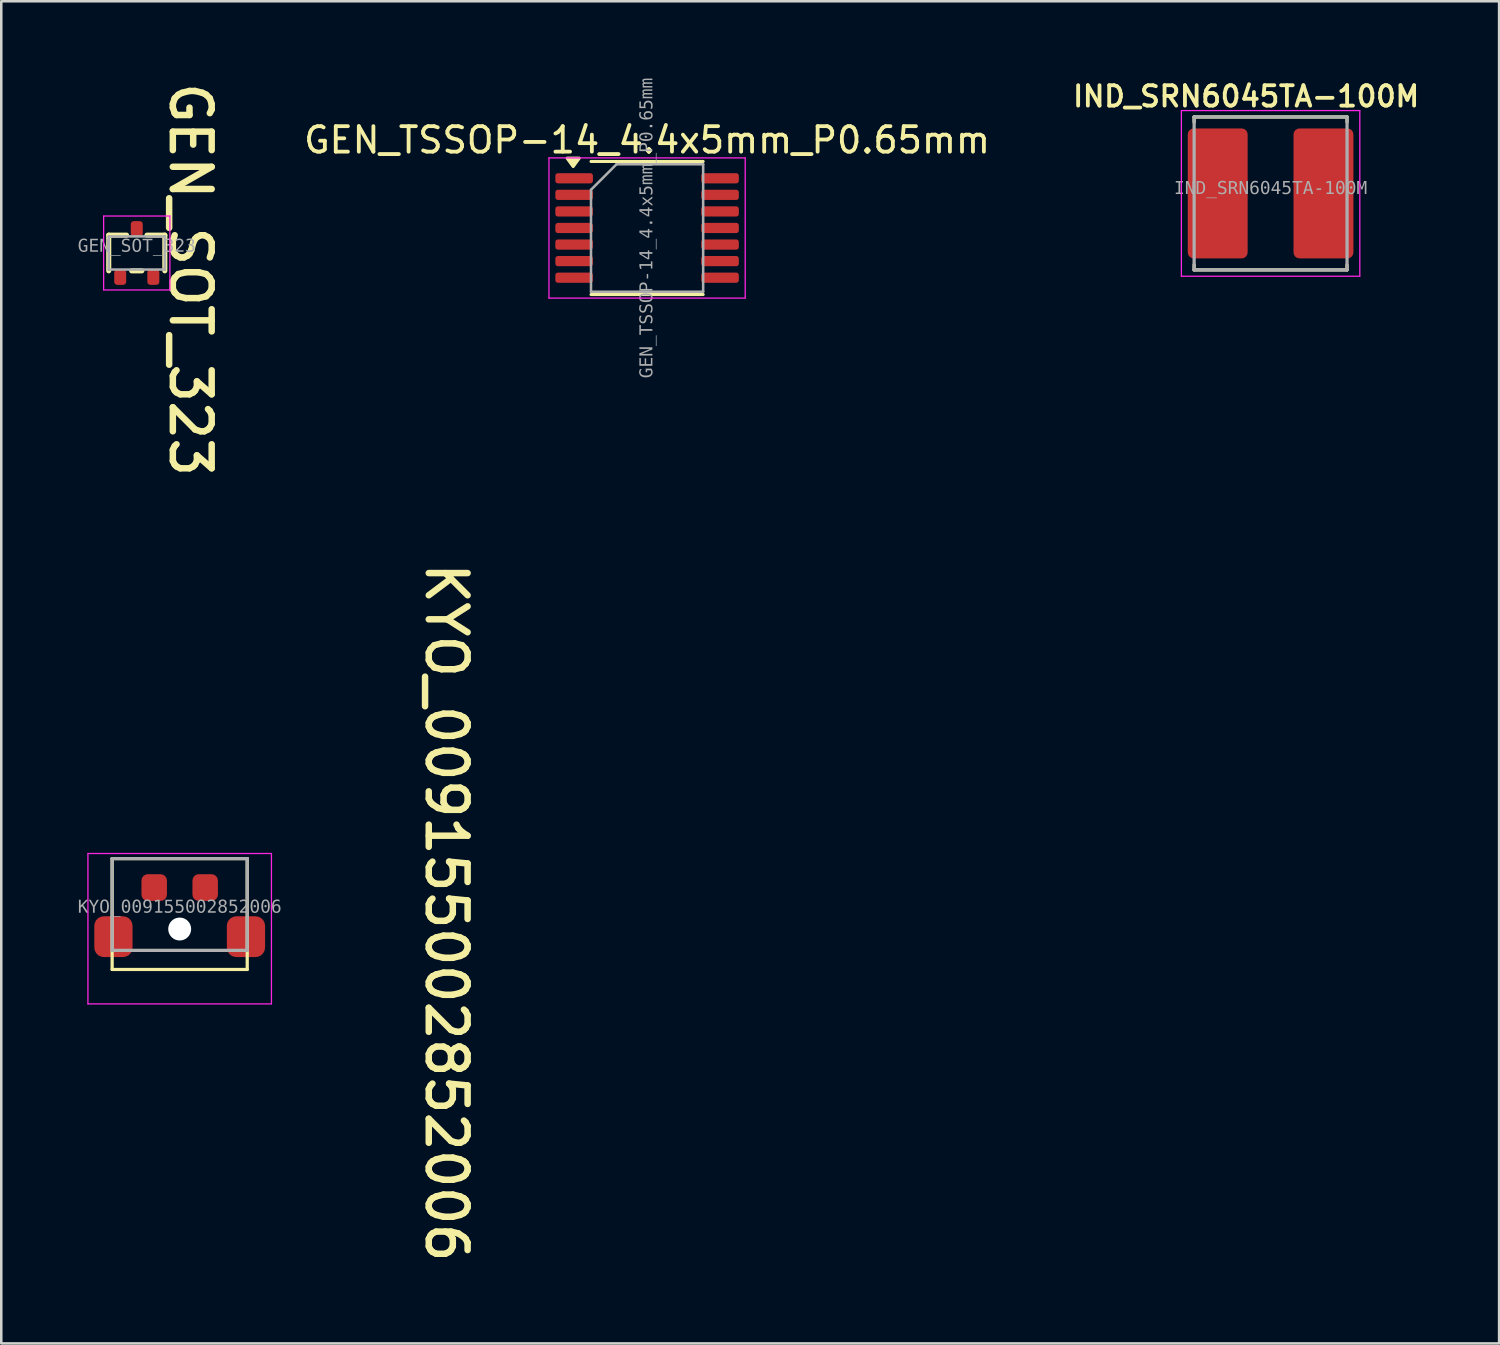
<source format=kicad_pcb>
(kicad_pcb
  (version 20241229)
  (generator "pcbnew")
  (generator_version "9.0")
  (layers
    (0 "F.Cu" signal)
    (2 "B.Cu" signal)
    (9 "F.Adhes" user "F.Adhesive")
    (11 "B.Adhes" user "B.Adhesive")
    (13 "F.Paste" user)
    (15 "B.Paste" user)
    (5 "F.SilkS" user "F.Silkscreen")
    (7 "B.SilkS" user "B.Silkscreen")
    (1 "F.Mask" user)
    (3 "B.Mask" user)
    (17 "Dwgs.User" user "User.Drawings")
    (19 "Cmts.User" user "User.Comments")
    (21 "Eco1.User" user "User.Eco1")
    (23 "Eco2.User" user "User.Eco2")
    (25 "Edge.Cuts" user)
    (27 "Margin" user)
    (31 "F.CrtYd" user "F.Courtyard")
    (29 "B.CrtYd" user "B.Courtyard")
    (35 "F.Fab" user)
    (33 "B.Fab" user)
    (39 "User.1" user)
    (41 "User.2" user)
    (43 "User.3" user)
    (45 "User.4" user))
  (footprint "GEN_TSSOP-14_4.4x5mm_P0.65mm"
    (layer "F.Cu")
    (at 22.338 5.895)
    (property "Reference" "GEN_TSSOP-14_4.4x5mm_P0.65mm" (at 0 -3.45 0) (layer "F.SilkS") (effects (font (size 1 1) (thickness 0.15))))
    (attr smd)
    (fp_line (start 0 -2.61) (end -2.2 -2.61) (stroke (width 0.12) (type solid)) (layer "F.SilkS"))
    (fp_line (start 0 -2.61) (end 2.2 -2.61) (stroke (width 0.12) (type solid)) (layer "F.SilkS"))
    (fp_line (start 0 2.61) (end -2.2 2.61) (stroke (width 0.12) (type solid)) (layer "F.SilkS"))
    (fp_line (start 0 2.61) (end 2.2 2.61) (stroke (width 0.12) (type solid)) (layer "F.SilkS"))
    (fp_poly (pts (xy -2.9 -2.41) (xy -3.14 -2.74) (xy -2.66 -2.74) (xy -2.9 -2.41)) (stroke (width 0.12) (type solid)) (fill yes) (layer "F.SilkS"))
    (fp_line (start -3.85 -2.75) (end -3.85 2.75) (stroke (width 0.05) (type solid)) (layer "F.CrtYd"))
    (fp_line (start -3.85 2.75) (end 3.85 2.75) (stroke (width 0.05) (type solid)) (layer "F.CrtYd"))
    (fp_line (start 3.85 -2.75) (end -3.85 -2.75) (stroke (width 0.05) (type solid)) (layer "F.CrtYd"))
    (fp_line (start 3.85 2.75) (end 3.85 -2.75) (stroke (width 0.05) (type solid)) (layer "F.CrtYd"))
    (fp_line (start -2.2 -1.5) (end -1.2 -2.5) (stroke (width 0.1) (type solid)) (layer "F.Fab"))
    (fp_line (start -2.2 2.5) (end -2.2 -1.5) (stroke (width 0.1) (type solid)) (layer "F.Fab"))
    (fp_line (start -1.2 -2.5) (end 2.2 -2.5) (stroke (width 0.1) (type solid)) (layer "F.Fab"))
    (fp_line (start 2.2 -2.5) (end 2.2 2.5) (stroke (width 0.1) (type solid)) (layer "F.Fab"))
    (fp_line (start 2.2 2.5) (end -2.2 2.5) (stroke (width 0.1) (type solid)) (layer "F.Fab"))
    (fp_line (start 0 0.5) (end 0 -0.5) (stroke (width 0.1) (type solid)) (layer "User.1"))
    (fp_line (start 0.5 0) (end -0.5 0) (stroke (width 0.1) (type solid)) (layer "User.1"))
    (fp_text user "${REFERENCE}" (at 0 0 90) (unlocked yes) (layer "F.Fab") (effects (font (face "Consolas") (size 0.5 0.5) (thickness 0.254))))
    (pad "1" smd roundrect (at -2.862 -1.95) (size 1.475 0.4) (layers "F.Cu" "F.Mask" "F.Paste") (roundrect_rratio 0.25))
    (pad "2" smd roundrect (at -2.862 -1.3) (size 1.475 0.4) (layers "F.Cu" "F.Mask" "F.Paste") (roundrect_rratio 0.25))
    (pad "3" smd roundrect (at -2.862 -0.65) (size 1.475 0.4) (layers "F.Cu" "F.Mask" "F.Paste") (roundrect_rratio 0.25))
    (pad "4" smd roundrect (at -2.862 0) (size 1.475 0.4) (layers "F.Cu" "F.Mask" "F.Paste") (roundrect_rratio 0.25))
    (pad "5" smd roundrect (at -2.862 0.65) (size 1.475 0.4) (layers "F.Cu" "F.Mask" "F.Paste") (roundrect_rratio 0.25))
    (pad "6" smd roundrect (at -2.862 1.3) (size 1.475 0.4) (layers "F.Cu" "F.Mask" "F.Paste") (roundrect_rratio 0.25))
    (pad "7" smd roundrect (at -2.862 1.95) (size 1.475 0.4) (layers "F.Cu" "F.Mask" "F.Paste") (roundrect_rratio 0.25))
    (pad "8" smd roundrect (at 2.862 1.95) (size 1.475 0.4) (layers "F.Cu" "F.Mask" "F.Paste") (roundrect_rratio 0.25))
    (pad "9" smd roundrect (at 2.862 1.3) (size 1.475 0.4) (layers "F.Cu" "F.Mask" "F.Paste") (roundrect_rratio 0.25))
    (pad "10" smd roundrect (at 2.862 0.65) (size 1.475 0.4) (layers "F.Cu" "F.Mask" "F.Paste") (roundrect_rratio 0.25))
    (pad "11" smd roundrect (at 2.862 0) (size 1.475 0.4) (layers "F.Cu" "F.Mask" "F.Paste") (roundrect_rratio 0.25))
    (pad "12" smd roundrect (at 2.862 -0.65) (size 1.475 0.4) (layers "F.Cu" "F.Mask" "F.Paste") (roundrect_rratio 0.25))
    (pad "13" smd roundrect (at 2.862 -1.3) (size 1.475 0.4) (layers "F.Cu" "F.Mask" "F.Paste") (roundrect_rratio 0.25))
    (pad "14" smd roundrect (at 2.862 -1.95) (size 1.475 0.4) (layers "F.Cu" "F.Mask" "F.Paste") (roundrect_rratio 0.25)))
  (footprint "IND_SRN6045TA-100M"
    (layer "F.Cu")
    (at 46.801 4.539)
    (property "Reference" "IND_SRN6045TA-100M" (at -0.96 -3.808 0) (layer "F.SilkS") (effects (font (size 0.8 0.8) (thickness 0.15))))
    (attr smd)
    (fp_line (start -3 -3) (end 3 -3) (stroke (width 0.127) (type solid)) (layer "F.SilkS"))
    (fp_line (start -3 -2.8) (end -3 -3) (stroke (width 0.127) (type solid)) (layer "F.SilkS"))
    (fp_line (start -3 2.8) (end -3 3) (stroke (width 0.127) (type solid)) (layer "F.SilkS"))
    (fp_line (start -3 3) (end 3 3) (stroke (width 0.127) (type solid)) (layer "F.SilkS"))
    (fp_line (start 3 -3) (end 3 -2.8) (stroke (width 0.127) (type solid)) (layer "F.SilkS"))
    (fp_line (start 3 3) (end 3 2.8) (stroke (width 0.127) (type solid)) (layer "F.SilkS"))
    (fp_line (start -3.5 -3.25) (end 3.5 -3.25) (stroke (width 0.05) (type solid)) (layer "F.CrtYd"))
    (fp_line (start -3.5 3.25) (end -3.5 -3.25) (stroke (width 0.05) (type solid)) (layer "F.CrtYd"))
    (fp_line (start 3.5 -3.25) (end 3.5 3.25) (stroke (width 0.05) (type solid)) (layer "F.CrtYd"))
    (fp_line (start 3.5 3.25) (end -3.5 3.25) (stroke (width 0.05) (type solid)) (layer "F.CrtYd"))
    (fp_line (start -3 -3) (end 3 -3) (stroke (width 0.127) (type solid)) (layer "F.Fab"))
    (fp_line (start -3 3) (end -3 -3) (stroke (width 0.127) (type solid)) (layer "F.Fab"))
    (fp_line (start 3 -3) (end 3 3) (stroke (width 0.127) (type solid)) (layer "F.Fab"))
    (fp_line (start 3 3) (end -3 3) (stroke (width 0.127) (type solid)) (layer "F.Fab"))
    (fp_line (start 0 0.3) (end 0 -0.3) (stroke (width 0.1) (type solid)) (layer "User.1"))
    (fp_line (start 0.3 0) (end -0.3 0) (stroke (width 0.1) (type solid)) (layer "User.1"))
    (fp_text user "${REFERENCE}" (at 0.00001 -0.184 0) (unlocked yes) (layer "F.Fab") (effects (font (face "Consolas") (size 0.5 0.5) (thickness 0.254))))
    (pad "1" smd roundrect (at -2.075 0) (size 2.35 5.1) (layers "F.Cu" "F.Mask" "F.Paste") (roundrect_rratio 0.1))
    (pad "2" smd roundrect (at 2.075 0) (size 2.35 5.1) (layers "F.Cu" "F.Mask" "F.Paste") (roundrect_rratio 0.1)))
  (footprint "KYO_009155002852006"
    (layer "F.Cu")
    (at 4 32.737)
    (property "Reference" "KYO_009155002852006" (at 10.464 0.014 270) (unlocked yes) (layer "F.SilkS") (effects (font (size 1.524 1.524) (thickness 0.254))))
    (fp_line (start -2.65 -2.1) (end -2.65 2.25) (stroke (width 0.127) (type solid)) (layer "F.SilkS"))
    (fp_line (start -2.65 -2.1) (end 2.65 -2.1) (stroke (width 0.127) (type solid)) (layer "F.SilkS"))
    (fp_line (start -2.65 2.25) (end 2.65 2.25) (stroke (width 0.127) (type solid)) (layer "F.SilkS"))
    (fp_line (start 2.65 -2.1) (end 2.65 2.25) (stroke (width 0.127) (type solid)) (layer "F.SilkS"))
    (fp_line (start -3.6 -2.3) (end -3.6 3.6) (stroke (width 0.05) (type solid)) (layer "F.CrtYd"))
    (fp_line (start -3.6 -2.3) (end 3.6 -2.3) (stroke (width 0.05) (type solid)) (layer "F.CrtYd"))
    (fp_line (start -3.6 3.6) (end 3.6 3.6) (stroke (width 0.05) (type solid)) (layer "F.CrtYd"))
    (fp_line (start 3.6 -2.3) (end 3.6 3.6) (stroke (width 0.05) (type solid)) (layer "F.CrtYd"))
    (fp_line (start -2.65 -2.1) (end -2.65 1.5) (stroke (width 0.127) (type solid)) (layer "F.Fab"))
    (fp_line (start -2.65 -2.1) (end 2.65 -2.1) (stroke (width 0.127) (type solid)) (layer "F.Fab"))
    (fp_line (start -2.65 1.5) (end 2.65 1.5) (stroke (width 0.127) (type solid)) (layer "F.Fab"))
    (fp_line (start 2.65 -2.1) (end 2.65 1.5) (stroke (width 0.127) (type solid)) (layer "F.Fab"))
    (fp_line (start -0.3 0) (end 0.3 0) (stroke (width 0.1) (type solid)) (layer "User.1"))
    (fp_line (start 0 -0.3) (end 0 0.3) (stroke (width 0.1) (type solid)) (layer "User.1"))
    (fp_text user "${REFERENCE}" (at 0 -0.185 0) (unlocked yes) (layer "F.Fab") (effects (font (face "Consolas") (size 0.5 0.5) (thickness 0.254))))
    (pad "" smd roundrect (at -2.6 0.963) (size 1.5 1.6) (layers "F.Cu" "F.Mask" "F.Paste") (roundrect_rratio 0.25))
    (pad "" np_thru_hole circle (at 0 0.663) (size 0.9 0.9) (drill 0.9) (layers "*.Cu" "*.Mask"))
    (pad "" smd roundrect (at 2.6 0.963 180) (size 1.5 1.6) (layers "F.Cu" "F.Mask" "F.Paste") (roundrect_rratio 0.25))
    (pad "1" smd roundrect (at -1 -0.963) (size 1 1.05) (layers "F.Cu" "F.Mask" "F.Paste") (roundrect_rratio 0.25))
    (pad "2" smd roundrect (at 1 -0.963) (size 1 1.05) (layers "F.Cu" "F.Mask" "F.Paste") (roundrect_rratio 0.25)))
  (footprint "GEN_SOT_323"
    (layer "F.Cu")
    (at 2.316 6.876)
    (property "Reference" "GEN_SOT_323" (at 2.107 1.045 270) (unlocked yes) (layer "F.SilkS") (effects (font (size 1.524 1.524) (thickness 0.254))))
    (fp_line (start -1.1 -0.7) (end -0.4 -0.7) (stroke (width 0.2) (type solid)) (layer "F.SilkS"))
    (fp_line (start -1.1 0.7) (end -1.1 -0.7) (stroke (width 0.2) (type solid)) (layer "F.SilkS"))
    (fp_line (start -0.2 0.7) (end 0.2 0.7) (stroke (width 0.2) (type solid)) (layer "F.SilkS"))
    (fp_line (start 0.4 -0.7) (end 1.1 -0.7) (stroke (width 0.2) (type solid)) (layer "F.SilkS"))
    (fp_line (start 1.1 0.7) (end 1.1 -0.7) (stroke (width 0.2) (type solid)) (layer "F.SilkS"))
    (fp_line (start -1.3 -1.45) (end 1.3 -1.45) (stroke (width 0.05) (type solid)) (layer "F.CrtYd"))
    (fp_line (start -1.3 1.45) (end -1.3 -1.45) (stroke (width 0.05) (type solid)) (layer "F.CrtYd"))
    (fp_line (start -1.3 1.45) (end 1.3 1.45) (stroke (width 0.05) (type solid)) (layer "F.CrtYd"))
    (fp_line (start 1.3 1.45) (end 1.3 -1.45) (stroke (width 0.05) (type solid)) (layer "F.CrtYd"))
    (fp_line (start -1.1 -0.65) (end 1.1 -0.65) (stroke (width 0.1) (type solid)) (layer "F.Fab"))
    (fp_line (start -1.1 0.65) (end -1.1 -0.65) (stroke (width 0.1) (type solid)) (layer "F.Fab"))
    (fp_line (start -1.1 0.65) (end 1.1 0.65) (stroke (width 0.1) (type solid)) (layer "F.Fab"))
    (fp_line (start 1.1 0.65) (end 1.1 -0.65) (stroke (width 0.1) (type solid)) (layer "F.Fab"))
    (fp_line (start -0.5 0) (end 0.5 0) (stroke (width 0.1) (type solid)) (layer "User.2"))
    (fp_line (start 0 0.5) (end 0 -0.5) (stroke (width 0.1) (type solid)) (layer "User.2"))
    (fp_text user "${REFERENCE}" (at -0.000005 -0.256 0) (unlocked yes) (layer "F.Fab") (effects (font (face "Consolas") (size 0.5 0.5) (thickness 0.254))))
    (pad "1" smd roundrect (at 0 -0.95) (size 0.47 0.6) (layers "F.Cu" "F.Mask" "F.Paste") (roundrect_rratio 0.25))
    (pad "2" smd roundrect (at -0.65 0.95) (size 0.47 0.6) (layers "F.Cu" "F.Mask" "F.Paste") (roundrect_rratio 0.25))
    (pad "3" smd roundrect (at 0.65 0.95) (size 0.47 0.6) (layers "F.Cu" "F.Mask" "F.Paste") (roundrect_rratio 0.25)))
  (gr_rect
    (start -3 -3)
    (end 55.767 49.659)
    (stroke (width 0.1) (type default))
    (fill no)
    (layer "Edge.Cuts")))
</source>
